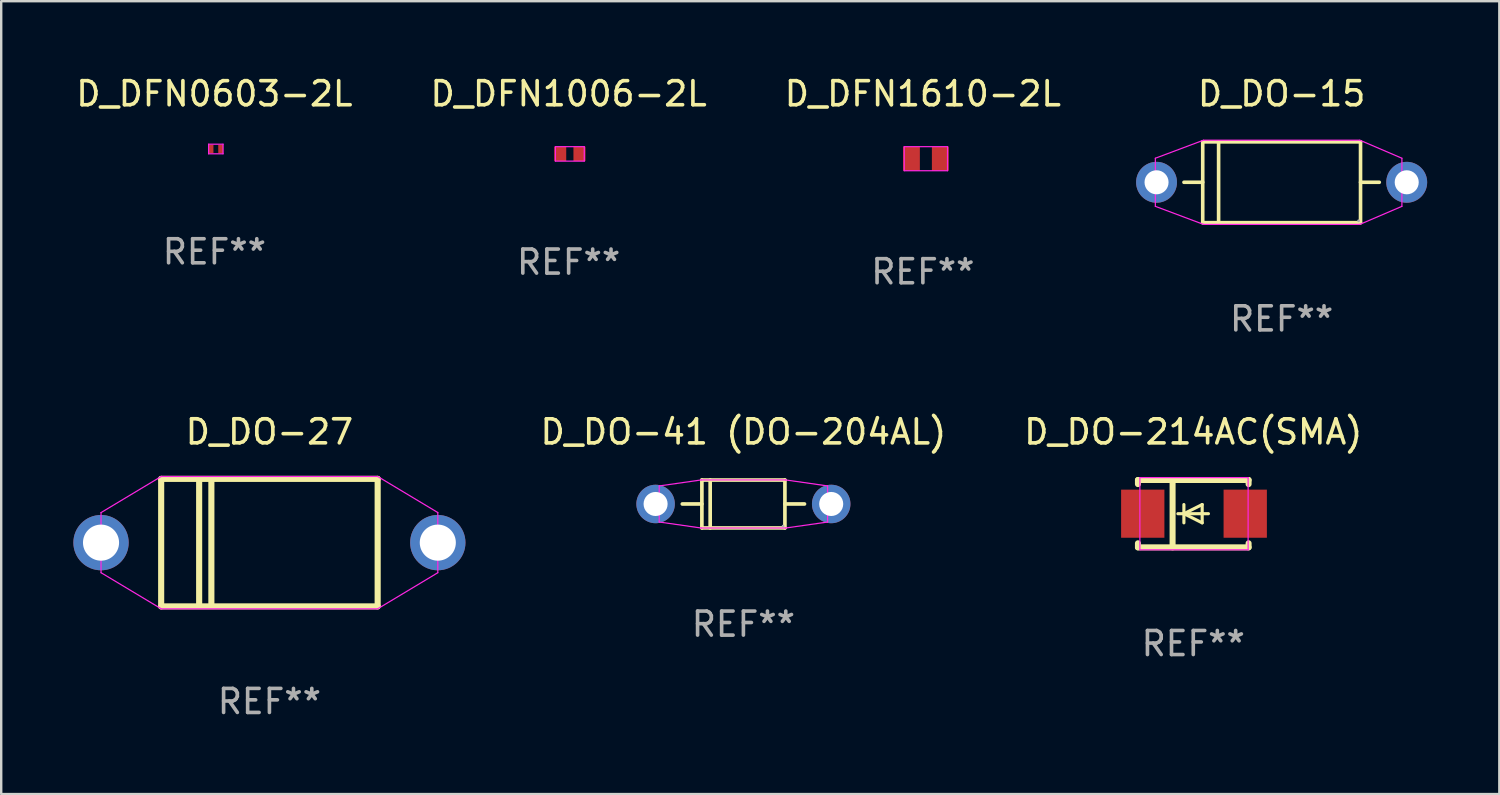
<source format=kicad_pcb>
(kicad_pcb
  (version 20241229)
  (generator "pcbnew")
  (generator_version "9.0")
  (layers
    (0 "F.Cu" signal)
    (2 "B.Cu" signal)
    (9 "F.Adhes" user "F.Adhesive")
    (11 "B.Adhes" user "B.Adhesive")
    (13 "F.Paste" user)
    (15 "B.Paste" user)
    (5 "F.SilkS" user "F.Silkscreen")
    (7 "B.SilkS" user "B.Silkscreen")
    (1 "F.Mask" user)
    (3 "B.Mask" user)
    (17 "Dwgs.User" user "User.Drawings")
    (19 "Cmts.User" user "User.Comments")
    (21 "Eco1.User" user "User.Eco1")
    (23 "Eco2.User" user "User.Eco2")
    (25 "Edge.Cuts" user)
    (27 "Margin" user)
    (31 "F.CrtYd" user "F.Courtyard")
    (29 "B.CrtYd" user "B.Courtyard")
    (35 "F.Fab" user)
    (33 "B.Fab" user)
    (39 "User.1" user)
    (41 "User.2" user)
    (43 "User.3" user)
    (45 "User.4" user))
  (footprint "D_DO-214AC(SMA)"
    (layer "F.Cu")
    (at 46.586 18.305)
    (property "Reference" "D_DO-214AC(SMA)" (at -0.03 -3.4 0) (layer "F.SilkS") (effects (font (size 1 1) (thickness 0.15))))
    (attr smd)
    (fp_line (start -2.33 -1.4) (end -2.33 -1.23) (stroke (width 0.25) (type solid)) (layer "F.SilkS"))
    (fp_line (start -2.33 -1.4) (end 2.27 -1.4) (stroke (width 0.25) (type solid)) (layer "F.SilkS"))
    (fp_line (start -2.33 1.23) (end -2.33 1.4) (stroke (width 0.25) (type solid)) (layer "F.SilkS"))
    (fp_line (start -2.33 1.4) (end 2.27 1.4) (stroke (width 0.25) (type solid)) (layer "F.SilkS"))
    (fp_line (start -0.89 1.4) (end -0.89 -1.4) (stroke (width 0.25) (type solid)) (layer "F.SilkS"))
    (fp_line (start -0.42 0) (end -0.42 -0.38) (stroke (width 0.13) (type solid)) (layer "F.SilkS"))
    (fp_line (start -0.42 0) (end -0.42 0.38) (stroke (width 0.13) (type solid)) (layer "F.SilkS"))
    (fp_line (start 0.34 -0.38) (end -0.42 0) (stroke (width 0.13) (type solid)) (layer "F.SilkS"))
    (fp_line (start 0.34 0) (end 0.34 -0.38) (stroke (width 0.13) (type solid)) (layer "F.SilkS"))
    (fp_line (start 0.34 0) (end 0.34 0.38) (stroke (width 0.13) (type solid)) (layer "F.SilkS"))
    (fp_line (start 0.34 0.38) (end -0.42 0) (stroke (width 0.13) (type solid)) (layer "F.SilkS"))
    (fp_line (start 0.6 0) (end -0.67 0) (stroke (width 0.13) (type solid)) (layer "F.SilkS"))
    (fp_line (start 2.27 -1.4) (end 2.27 -1.23) (stroke (width 0.25) (type solid)) (layer "F.SilkS"))
    (fp_line (start 2.27 1.23) (end 2.27 1.4) (stroke (width 0.25) (type solid)) (layer "F.SilkS"))
    (fp_line (start -2.25 -1.5) (end 2.25 -1.5) (stroke (width 0.05) (type default)) (layer "F.CrtYd"))
    (fp_line (start -2.25 1.5) (end -2.25 -1.5) (stroke (width 0.05) (type default)) (layer "F.CrtYd"))
    (fp_line (start 2.25 -1.5) (end 2.25 1.5) (stroke (width 0.05) (type default)) (layer "F.CrtYd"))
    (fp_line (start 2.25 1.5) (end -2.25 1.5) (stroke (width 0.05) (type default)) (layer "F.CrtYd"))
    (fp_text user "REF**" (at -0.03 5.4 0) (layer "F.Fab") (effects (font (size 1 1) (thickness 0.15))))
    (pad "1" smd rect (at -2.13 0 180) (size 1.8 2) (layers "F.Cu" "F.Mask" "F.Paste"))
    (pad "2" smd rect (at 2.13 0 180) (size 1.8 2) (layers "F.Cu" "F.Mask" "F.Paste")))
  (footprint "D_DO-15"
    (layer "F.Cu")
    (at 50.229 4.528)
    (property "Reference" "D_DO-15" (at 0 -3.68 0) (layer "F.SilkS") (effects (font (size 1 1) (thickness 0.15))))
    (attr through_hole)
    (fp_line (start -3.28 -1.68) (end 3.28 -1.68) (stroke (width 0.15) (type solid)) (layer "F.SilkS"))
    (fp_line (start -3.28 0) (end -4.06 0) (stroke (width 0.15) (type solid)) (layer "F.SilkS"))
    (fp_line (start -3.28 1.68) (end -3.28 -1.68) (stroke (width 0.15) (type solid)) (layer "F.SilkS"))
    (fp_line (start -2.62 -1.68) (end -2.62 1.68) (stroke (width 0.15) (type solid)) (layer "F.SilkS"))
    (fp_line (start 3.28 -1.68) (end 3.28 1.68) (stroke (width 0.15) (type solid)) (layer "F.SilkS"))
    (fp_line (start 3.28 0) (end 4.06 0) (stroke (width 0.15) (type solid)) (layer "F.SilkS"))
    (fp_line (start 3.28 1.68) (end -3.28 1.68) (stroke (width 0.15) (type solid)) (layer "F.SilkS"))
    (fp_line (start -5.25 -1) (end -3.25 -1.75) (stroke (width 0.05) (type default)) (layer "F.CrtYd"))
    (fp_line (start -5.25 1) (end -5.25 -1) (stroke (width 0.05) (type default)) (layer "F.CrtYd"))
    (fp_line (start -3.25 -1.75) (end 3.25 -1.75) (stroke (width 0.05) (type default)) (layer "F.CrtYd"))
    (fp_line (start -3.25 1.75) (end -5.25 1) (stroke (width 0.05) (type default)) (layer "F.CrtYd"))
    (fp_line (start 3.25 -1.75) (end 5 -1) (stroke (width 0.05) (type default)) (layer "F.CrtYd"))
    (fp_line (start 3.25 1.75) (end -3.25 1.75) (stroke (width 0.05) (type default)) (layer "F.CrtYd"))
    (fp_line (start 5 -1) (end 5 1) (stroke (width 0.05) (type default)) (layer "F.CrtYd"))
    (fp_line (start 5 1) (end 3.25 1.75) (stroke (width 0.05) (type default)) (layer "F.CrtYd"))
    (fp_circle (center 3.2 1.6) (end 3.23 1.6) (stroke (width 0.06) (type solid)) (fill no) (layer "F.Fab"))
    (fp_text user "REF**" (at 0 5.68 0) (layer "F.Fab") (effects (font (size 1 1) (thickness 0.15))))
    (pad "1" thru_hole circle (at -5.2 0) (size 1.7 1.7) (drill 1) (layers "*.Cu" "*.Mask"))
    (pad "2" thru_hole circle (at 5.2 0) (size 1.7 1.7) (drill 1) (layers "*.Cu" "*.Mask")))
  (footprint "D_DO-27"
    (layer "F.Cu")
    (at 8.15 19.508)
    (property "Reference" "D_DO-27" (at 0 -4.604 0) (layer "F.SilkS") (effects (font (size 1 1) (thickness 0.15))))
    (attr through_hole)
    (fp_line (start -4.5 -2.65) (end -4.5 2.65) (stroke (width 0.254) (type solid)) (layer "F.SilkS"))
    (fp_line (start -4.5 2.65) (end 4.5 2.65) (stroke (width 0.254) (type solid)) (layer "F.SilkS"))
    (fp_line (start -2.921 -2.604) (end -2.921 2.604) (stroke (width 0.254) (type solid)) (layer "F.SilkS"))
    (fp_line (start -2.413 -2.604) (end -2.413 2.604) (stroke (width 0.254) (type solid)) (layer "F.SilkS"))
    (fp_line (start 4.5 -2.65) (end -4.5 -2.65) (stroke (width 0.254) (type solid)) (layer "F.SilkS"))
    (fp_line (start 4.5 2.65) (end 4.5 -2.65) (stroke (width 0.254) (type solid)) (layer "F.SilkS"))
    (fp_line (start -7 -1.25) (end -4.5 -2.75) (stroke (width 0.05) (type default)) (layer "F.CrtYd"))
    (fp_line (start -7 1.25) (end -7 -1.25) (stroke (width 0.05) (type default)) (layer "F.CrtYd"))
    (fp_line (start -4.5 -2.75) (end 4.5 -2.75) (stroke (width 0.05) (type default)) (layer "F.CrtYd"))
    (fp_line (start -4.5 2.75) (end -7 1.25) (stroke (width 0.05) (type default)) (layer "F.CrtYd"))
    (fp_line (start 4.5 -2.75) (end 7 -1.25) (stroke (width 0.05) (type default)) (layer "F.CrtYd"))
    (fp_line (start 4.5 2.75) (end -4.5 2.75) (stroke (width 0.05) (type default)) (layer "F.CrtYd"))
    (fp_line (start 7 -1.25) (end 7 1.25) (stroke (width 0.05) (type default)) (layer "F.CrtYd"))
    (fp_line (start 7 1.25) (end 4.5 2.75) (stroke (width 0.05) (type default)) (layer "F.CrtYd"))
    (fp_text user "REF**" (at 0 6.604 0) (layer "F.Fab") (effects (font (size 1 1) (thickness 0.15))))
    (pad "1" thru_hole circle (at -7 0) (size 2.3 2.3) (drill 1.5) (layers "*.Cu" "*.Mask"))
    (pad "2" thru_hole circle (at 7 0) (size 2.3 2.3) (drill 1.5) (layers "*.Cu" "*.Mask")))
  (footprint "D_DFN0603-2L"
    (layer "F.Cu")
    (at 5.923 3.144)
    (property "Reference" "D_DFN0603-2L" (at -0.06 -2.296 0) (layer "F.SilkS") (effects (font (size 1 1) (thickness 0.15))))
    (attr smd)
    (fp_line (start -0.3 -0.2) (end 0.3 -0.2) (stroke (width 0.05) (type default)) (layer "F.CrtYd"))
    (fp_line (start -0.3 0.2) (end -0.3 -0.2) (stroke (width 0.05) (type default)) (layer "F.CrtYd"))
    (fp_line (start 0.3 -0.2) (end 0.3 0.2) (stroke (width 0.05) (type default)) (layer "F.CrtYd"))
    (fp_line (start 0.3 0.2) (end -0.3 0.2) (stroke (width 0.05) (type default)) (layer "F.CrtYd"))
    (fp_text user "REF**" (at -0.06 4.275 0) (layer "F.Fab") (effects (font (size 1 1) (thickness 0.15))))
    (pad "1" smd rect (at -0.2 0) (size 0.2 0.35) (layers "F.Cu" "F.Mask" "F.Paste"))
    (pad "2" smd rect (at 0.2 0) (size 0.2 0.35) (layers "F.Cu" "F.Mask" "F.Paste")))
  (footprint "D_DFN1006-2L"
    (layer "F.Cu")
    (at 20.639 3.348)
    (property "Reference" "D_DFN1006-2L" (at -0.05 -2.5 0) (layer "F.SilkS") (effects (font (size 1 1) (thickness 0.15))))
    (attr smd)
    (fp_line (start -0.6 -0.3) (end -0.6 0.3) (stroke (width 0.05) (type default)) (layer "F.CrtYd"))
    (fp_line (start -0.6 0.3) (end 0.6 0.3) (stroke (width 0.05) (type default)) (layer "F.CrtYd"))
    (fp_line (start 0.6 -0.3) (end -0.6 -0.3) (stroke (width 0.05) (type default)) (layer "F.CrtYd"))
    (fp_line (start 0.6 0.3) (end 0.6 -0.3) (stroke (width 0.05) (type default)) (layer "F.CrtYd"))
    (fp_text user "REF**" (at -0.05 4.5 0) (layer "F.Fab") (effects (font (size 1 1) (thickness 0.15))))
    (pad "1" smd rect (at -0.4 0) (size 0.5 0.6) (layers "F.Cu" "F.Mask" "F.Paste"))
    (pad "2" smd rect (at 0.4 0) (size 0.5 0.6) (layers "F.Cu" "F.Mask" "F.Paste")))
  (footprint "D_DO-41 (DO-204AL)"
    (layer "F.Cu")
    (at 27.854 17.901)
    (property "Reference" "D_DO-41 (DO-204AL)" (at 0 -2.996 0) (layer "F.SilkS") (effects (font (size 1 1) (thickness 0.15))))
    (attr through_hole)
    (fp_line (start -1.726 0) (end -2.54 0) (stroke (width 0.152) (type solid)) (layer "F.SilkS"))
    (fp_line (start -1.726 -0.996) (end 1.726 -0.996) (stroke (width 0.152) (type solid)) (layer "F.SilkS"))
    (fp_line (start -1.726 0.996) (end -1.726 -0.996) (stroke (width 0.152) (type solid)) (layer "F.SilkS"))
    (fp_line (start -1.381 -0.996) (end -1.381 0.996) (stroke (width 0.152) (type solid)) (layer "F.SilkS"))
    (fp_line (start 1.726 -0.996) (end 1.726 0.996) (stroke (width 0.152) (type solid)) (layer "F.SilkS"))
    (fp_line (start 1.726 0) (end 2.54 0) (stroke (width 0.152) (type solid)) (layer "F.SilkS"))
    (fp_line (start 1.726 0.996) (end -1.726 0.996) (stroke (width 0.152) (type solid)) (layer "F.SilkS"))
    (fp_line (start -3.5 -0.75) (end -1.75 -1) (stroke (width 0.05) (type default)) (layer "F.CrtYd"))
    (fp_line (start -3.5 0.75) (end -3.5 -0.75) (stroke (width 0.05) (type default)) (layer "F.CrtYd"))
    (fp_line (start -1.75 -1) (end 1.75 -1) (stroke (width 0.05) (type default)) (layer "F.CrtYd"))
    (fp_line (start -1.75 1) (end -3.5 0.75) (stroke (width 0.05) (type default)) (layer "F.CrtYd"))
    (fp_line (start 1.75 -1) (end 3.5 -0.75) (stroke (width 0.05) (type default)) (layer "F.CrtYd"))
    (fp_line (start 1.75 1) (end -1.75 1) (stroke (width 0.05) (type default)) (layer "F.CrtYd"))
    (fp_line (start 3.5 -0.75) (end 3.5 0.75) (stroke (width 0.05) (type default)) (layer "F.CrtYd"))
    (fp_line (start 3.5 0.75) (end 1.75 1) (stroke (width 0.05) (type default)) (layer "F.CrtYd"))
    (fp_circle (center 1.65 0.92) (end 1.68 0.92) (stroke (width 0.06) (type solid)) (fill no) (layer "F.Fab"))
    (fp_text user "REF**" (at 0 4.996 0) (layer "F.Fab") (effects (font (size 1 1) (thickness 0.15))))
    (pad "1" thru_hole circle (at -3.65 0) (size 1.6 1.6) (drill 1) (layers "*.Cu" "*.Mask"))
    (pad "2" thru_hole circle (at 3.65 0) (size 1.6 1.6) (drill 1) (layers "*.Cu" "*.Mask")))
  (footprint "D_DFN1610-2L"
    (layer "F.Cu")
    (at 35.44 3.548)
    (property "Reference" "D_DFN1610-2L" (at -0.125 -2.7 0) (layer "F.SilkS") (effects (font (size 1 1) (thickness 0.15))))
    (attr smd)
    (fp_line (start -0.9 -0.5) (end -0.9 0.5) (stroke (width 0.05) (type default)) (layer "F.CrtYd"))
    (fp_line (start -0.9 0.5) (end 0.9 0.5) (stroke (width 0.05) (type default)) (layer "F.CrtYd"))
    (fp_line (start 0.9 -0.5) (end -0.9 -0.5) (stroke (width 0.05) (type default)) (layer "F.CrtYd"))
    (fp_line (start 0.9 0.5) (end 0.9 -0.5) (stroke (width 0.05) (type default)) (layer "F.CrtYd"))
    (fp_text user "REF**" (at -0.125 4.7 0) (layer "F.Fab") (effects (font (size 1 1) (thickness 0.15))))
    (pad "1" smd rect (at -0.6 0 90) (size 1 0.7) (layers "F.Cu" "F.Mask" "F.Paste"))
    (pad "2" smd rect (at 0.6 0 90) (size 1 0.7) (layers "F.Cu" "F.Mask" "F.Paste")))
  (gr_rect
    (start -3 -3)
    (end 59.279 29.96)
    (stroke (width 0.1) (type default))
    (fill no)
    (layer "Edge.Cuts")))
</source>
